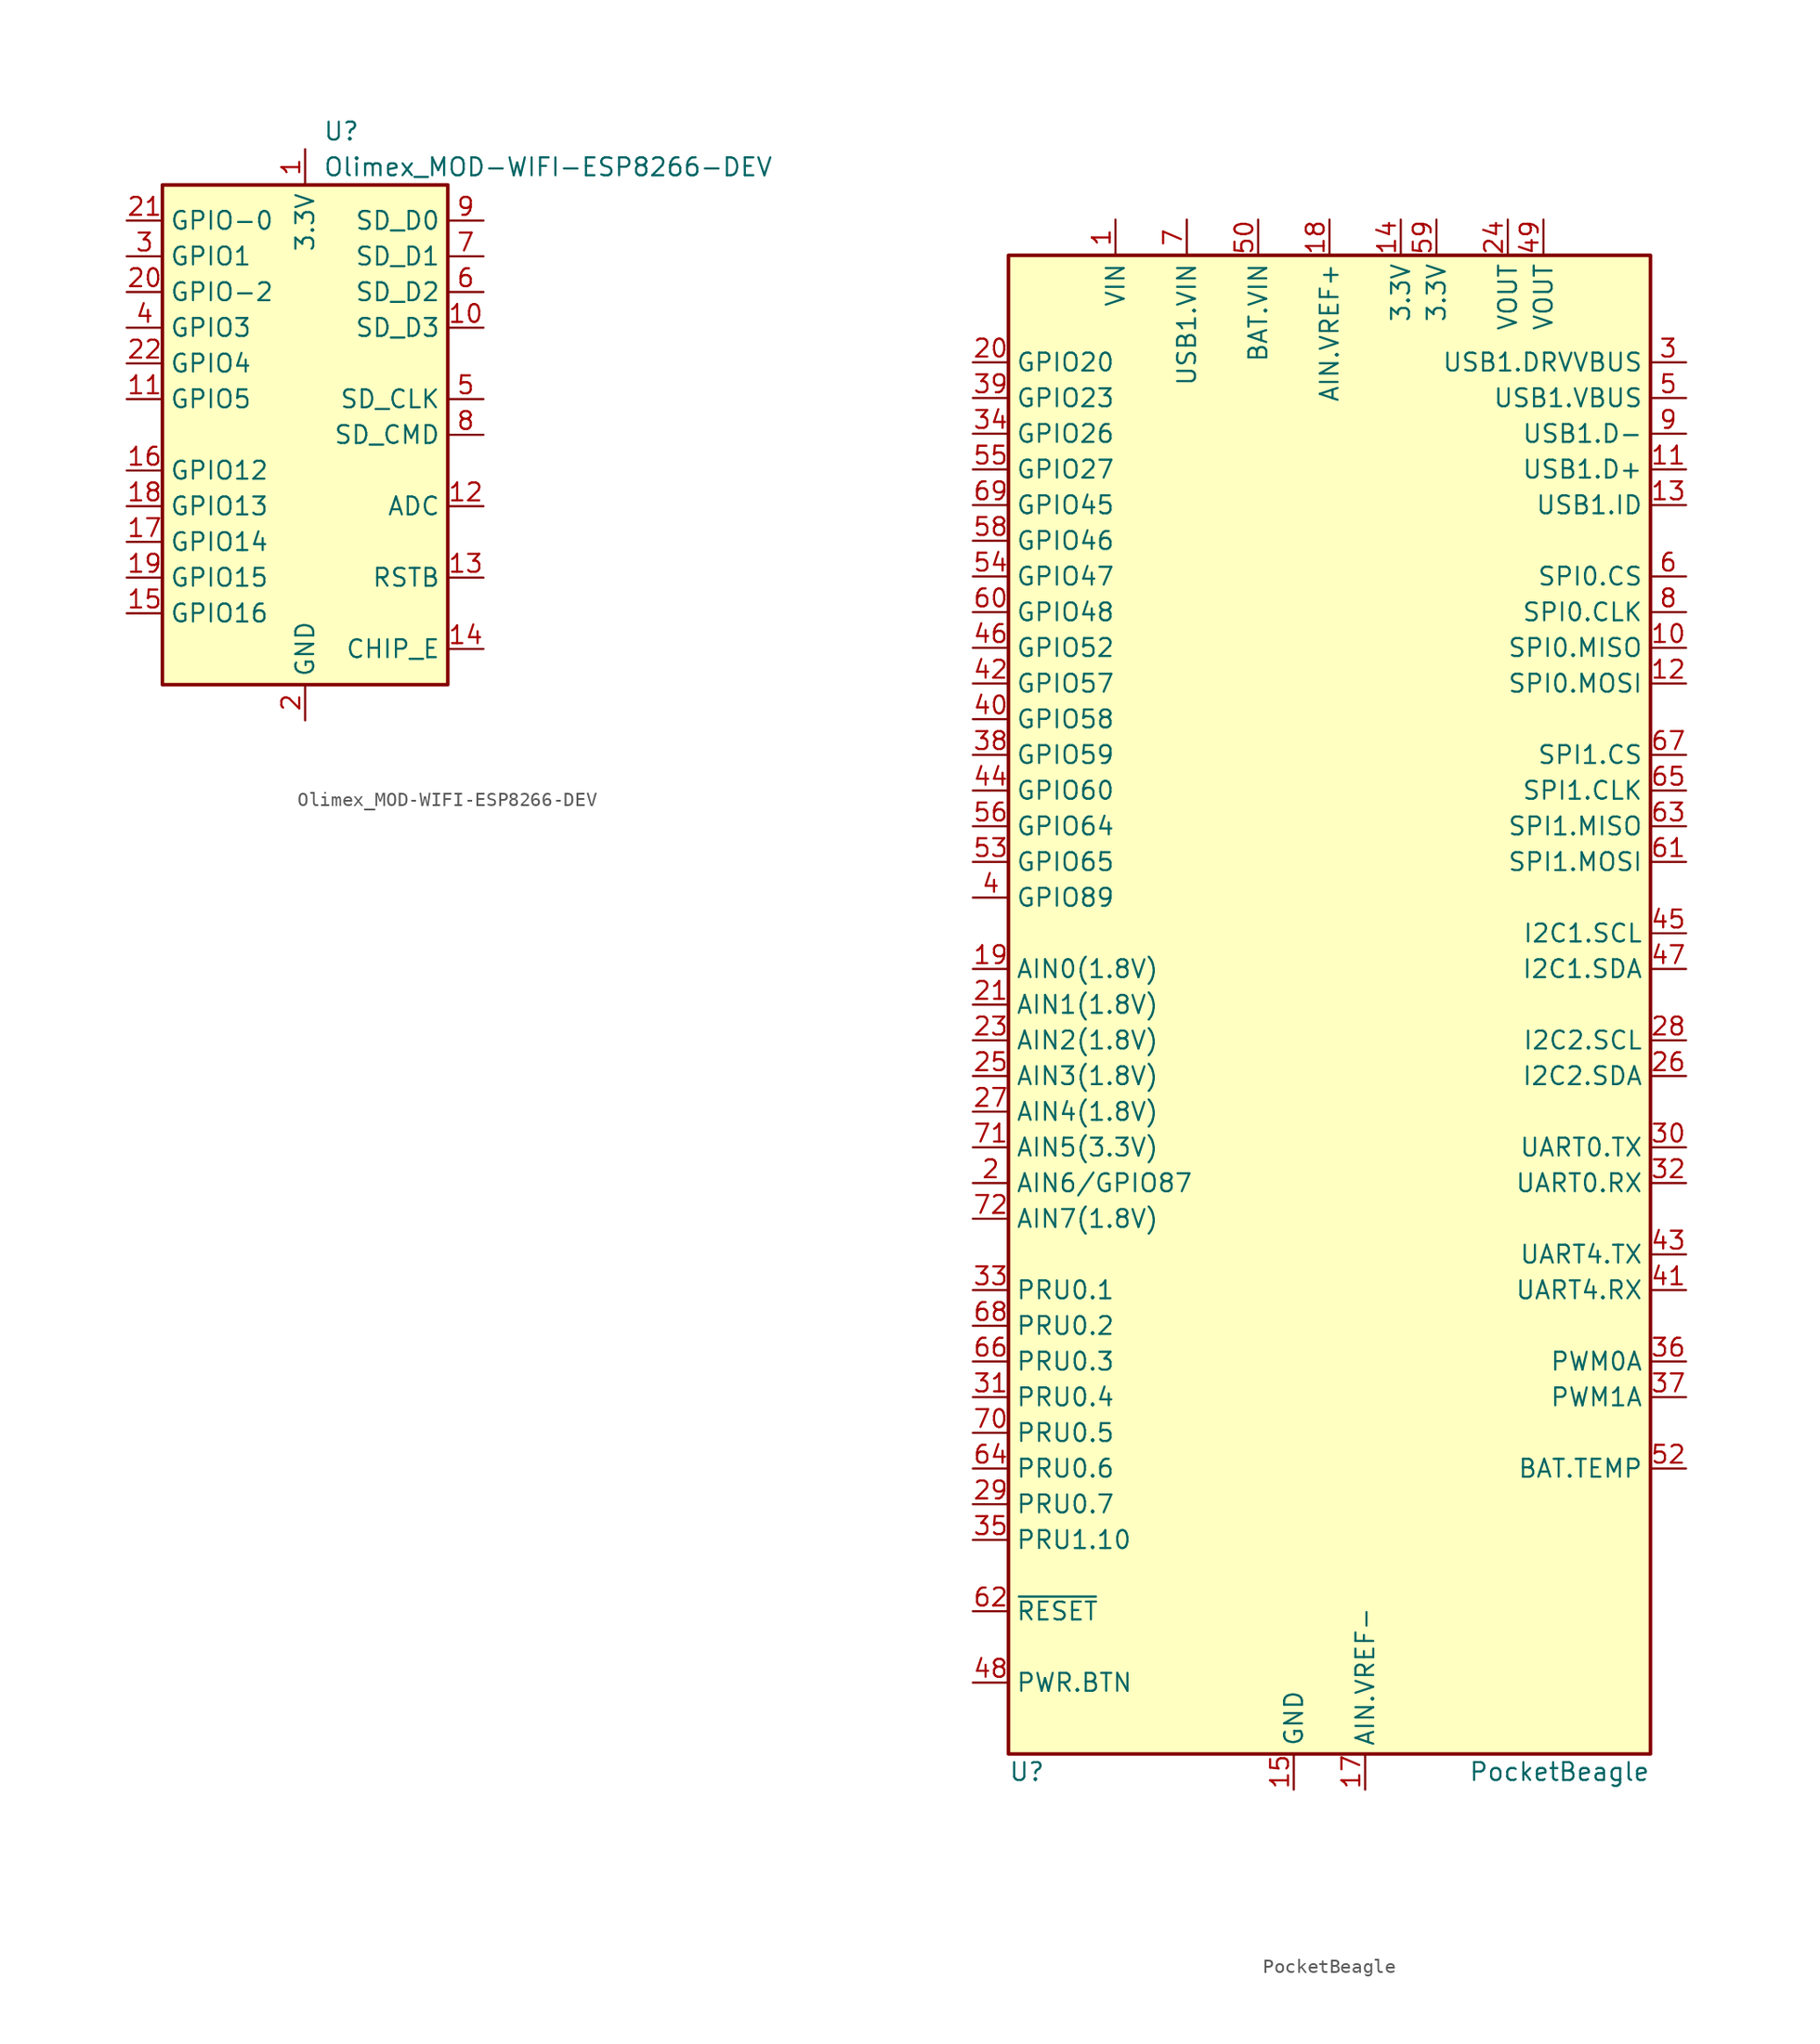
<source format=kicad_sym>
(kicad_symbol_lib
  (version 20241209)
  (generator "kicad_symbol_editor")
  (generator_version "9.0")
  (symbol "Olimex_MOD-WIFI-ESP8266-DEV"
    (property "Reference" "U"
      (at 1.27 21.59 0)
      (effects (font (size 1.27 1.27)) (justify left)))
    (property "Value" "Olimex_MOD-WIFI-ESP8266-DEV"
      (at 1.27 19.05 0)
      (effects (font (size 1.27 1.27)) (justify left)))
    (symbol "Olimex_MOD-WIFI-ESP8266-DEV_0_1"
      (rectangle (start -10.16 17.78) (end 10.16 -17.78) (stroke (width 0.254) (type default)) (fill (type background))))
    (symbol "Olimex_MOD-WIFI-ESP8266-DEV_1_1"
      (pin bidirectional line (at -12.7 15.24 0) (length 2.54) (name "GPIO-0" (effects (font (size 1.27 1.27)))) (number "21" (effects (font (size 1.27 1.27)))))
      (pin bidirectional line (at -12.7 12.7 0) (length 2.54) (name "GPIO1" (effects (font (size 1.27 1.27)))) (number "3" (effects (font (size 1.27 1.27)))))
      (pin bidirectional line (at -12.7 10.16 0) (length 2.54) (name "GPIO-2" (effects (font (size 1.27 1.27)))) (number "20" (effects (font (size 1.27 1.27)))))
      (pin bidirectional line (at -12.7 7.62 0) (length 2.54) (name "GPIO3" (effects (font (size 1.27 1.27)))) (number "4" (effects (font (size 1.27 1.27)))))
      (pin bidirectional line (at -12.7 5.08 0) (length 2.54) (name "GPIO4" (effects (font (size 1.27 1.27)))) (number "22" (effects (font (size 1.27 1.27)))))
      (pin bidirectional line (at -12.7 2.54 0) (length 2.54) (name "GPIO5" (effects (font (size 1.27 1.27)))) (number "11" (effects (font (size 1.27 1.27)))))
      (pin bidirectional line (at -12.7 -2.54 0) (length 2.54) (name "GPIO12" (effects (font (size 1.27 1.27)))) (number "16" (effects (font (size 1.27 1.27)))))
      (pin bidirectional line (at -12.7 -5.08 0) (length 2.54) (name "GPIO13" (effects (font (size 1.27 1.27)))) (number "18" (effects (font (size 1.27 1.27)))))
      (pin bidirectional line (at -12.7 -7.62 0) (length 2.54) (name "GPIO14" (effects (font (size 1.27 1.27)))) (number "17" (effects (font (size 1.27 1.27)))))
      (pin bidirectional line (at -12.7 -10.16 0) (length 2.54) (name "GPIO15" (effects (font (size 1.27 1.27)))) (number "19" (effects (font (size 1.27 1.27)))))
      (pin bidirectional line (at -12.7 -12.7 0) (length 2.54) (name "GPIO16" (effects (font (size 1.27 1.27)))) (number "15" (effects (font (size 1.27 1.27)))))
      (pin power_in line (at 0 20.32 270) (length 2.54) (name "3.3V" (effects (font (size 1.27 1.27)))) (number "1" (effects (font (size 1.27 1.27)))))
      (pin power_in line (at 0 -20.32 90) (length 2.54) (name "GND" (effects (font (size 1.27 1.27)))) (number "2" (effects (font (size 1.27 1.27)))))
      (pin unspecified line (at 12.7 15.24 180) (length 2.54) (name "SD_D0" (effects (font (size 1.27 1.27)))) (number "9" (effects (font (size 1.27 1.27)))))
      (pin unspecified line (at 12.7 12.7 180) (length 2.54) (name "SD_D1" (effects (font (size 1.27 1.27)))) (number "7" (effects (font (size 1.27 1.27)))))
      (pin unspecified line (at 12.7 10.16 180) (length 2.54) (name "SD_D2" (effects (font (size 1.27 1.27)))) (number "6" (effects (font (size 1.27 1.27)))))
      (pin unspecified line (at 12.7 7.62 180) (length 2.54) (name "SD_D3" (effects (font (size 1.27 1.27)))) (number "10" (effects (font (size 1.27 1.27)))))
      (pin unspecified line (at 12.7 2.54 180) (length 2.54) (name "SD_CLK" (effects (font (size 1.27 1.27)))) (number "5" (effects (font (size 1.27 1.27)))))
      (pin unspecified line (at 12.7 0 180) (length 2.54) (name "SD_CMD" (effects (font (size 1.27 1.27)))) (number "8" (effects (font (size 1.27 1.27)))))
      (pin unspecified line (at 12.7 -5.08 180) (length 2.54) (name "ADC" (effects (font (size 1.27 1.27)))) (number "12" (effects (font (size 1.27 1.27)))))
      (pin input line (at 12.7 -10.16 180) (length 2.54) (name "RSTB" (effects (font (size 1.27 1.27)))) (number "13" (effects (font (size 1.27 1.27)))))
      (pin unspecified line (at 12.7 -15.24 180) (length 2.54) (name "CHIP_E" (effects (font (size 1.27 1.27)))) (number "14" (effects (font (size 1.27 1.27)))))))
  (symbol "PocketBeagle"
    (property "Reference" "U"
      (at -22.86 -54.61 0)
      (effects (font (size 1.27 1.27)) (justify left)))
    (property "Value" "PocketBeagle"
      (at 22.86 -54.61 0)
      (effects (font (size 1.27 1.27)) (justify right)))
    (symbol "PocketBeagle_0_1"
      (rectangle (start -22.86 53.34) (end 22.86 -53.34) (stroke (width 0.254) (type default)) (fill (type background))))
    (symbol "PocketBeagle_1_1"
      (pin bidirectional line (at -25.4 45.72 0) (length 2.54) (name "GPIO20" (effects (font (size 1.27 1.27)))) (number "20" (effects (font (size 1.27 1.27)))))
      (pin bidirectional line (at -25.4 43.18 0) (length 2.54) (name "GPIO23" (effects (font (size 1.27 1.27)))) (number "39" (effects (font (size 1.27 1.27)))))
      (pin bidirectional line (at -25.4 40.64 0) (length 2.54) (name "GPIO26" (effects (font (size 1.27 1.27)))) (number "34" (effects (font (size 1.27 1.27)))))
      (pin bidirectional line (at -25.4 38.1 0) (length 2.54) (name "GPIO27" (effects (font (size 1.27 1.27)))) (number "55" (effects (font (size 1.27 1.27)))))
      (pin bidirectional line (at -25.4 35.56 0) (length 2.54) (name "GPIO45" (effects (font (size 1.27 1.27)))) (number "69" (effects (font (size 1.27 1.27)))))
      (pin bidirectional line (at -25.4 33.02 0) (length 2.54) (name "GPIO46" (effects (font (size 1.27 1.27)))) (number "58" (effects (font (size 1.27 1.27)))))
      (pin bidirectional line (at -25.4 30.48 0) (length 2.54) (name "GPIO47" (effects (font (size 1.27 1.27)))) (number "54" (effects (font (size 1.27 1.27)))))
      (pin bidirectional line (at -25.4 27.94 0) (length 2.54) (name "GPIO48" (effects (font (size 1.27 1.27)))) (number "60" (effects (font (size 1.27 1.27)))))
      (pin bidirectional line (at -25.4 25.4 0) (length 2.54) (name "GPIO52" (effects (font (size 1.27 1.27)))) (number "46" (effects (font (size 1.27 1.27)))))
      (pin bidirectional line (at -25.4 22.86 0) (length 2.54) (name "GPIO57" (effects (font (size 1.27 1.27)))) (number "42" (effects (font (size 1.27 1.27)))))
      (pin bidirectional line (at -25.4 20.32 0) (length 2.54) (name "GPIO58" (effects (font (size 1.27 1.27)))) (number "40" (effects (font (size 1.27 1.27)))))
      (pin bidirectional line (at -25.4 17.78 0) (length 2.54) (name "GPIO59" (effects (font (size 1.27 1.27)))) (number "38" (effects (font (size 1.27 1.27)))))
      (pin bidirectional line (at -25.4 15.24 0) (length 2.54) (name "GPIO60" (effects (font (size 1.27 1.27)))) (number "44" (effects (font (size 1.27 1.27)))))
      (pin bidirectional line (at -25.4 12.7 0) (length 2.54) (name "GPIO64" (effects (font (size 1.27 1.27)))) (number "56" (effects (font (size 1.27 1.27)))))
      (pin bidirectional line (at -25.4 10.16 0) (length 2.54) (name "GPIO65" (effects (font (size 1.27 1.27)))) (number "53" (effects (font (size 1.27 1.27)))))
      (pin bidirectional line (at -25.4 7.62 0) (length 2.54) (name "GPIO89" (effects (font (size 1.27 1.27)))) (number "4" (effects (font (size 1.27 1.27)))))
      (pin input line (at -25.4 2.54 0) (length 2.54) (name "AIN0(1.8V)" (effects (font (size 1.27 1.27)))) (number "19" (effects (font (size 1.27 1.27)))))
      (pin input line (at -25.4 0 0) (length 2.54) (name "AIN1(1.8V)" (effects (font (size 1.27 1.27)))) (number "21" (effects (font (size 1.27 1.27)))))
      (pin input line (at -25.4 -2.54 0) (length 2.54) (name "AIN2(1.8V)" (effects (font (size 1.27 1.27)))) (number "23" (effects (font (size 1.27 1.27)))))
      (pin input line (at -25.4 -5.08 0) (length 2.54) (name "AIN3(1.8V)" (effects (font (size 1.27 1.27)))) (number "25" (effects (font (size 1.27 1.27)))))
      (pin input line (at -25.4 -7.62 0) (length 2.54) (name "AIN4(1.8V)" (effects (font (size 1.27 1.27)))) (number "27" (effects (font (size 1.27 1.27)))))
      (pin input line (at -25.4 -10.16 0) (length 2.54) (name "AIN5(3.3V)" (effects (font (size 1.27 1.27)))) (number "71" (effects (font (size 1.27 1.27)))))
      (pin bidirectional line (at -25.4 -12.7 0) (length 2.54) (name "AIN6/GPIO87" (effects (font (size 1.27 1.27)))) (number "2" (effects (font (size 1.27 1.27)))))
      (pin input line (at -25.4 -15.24 0) (length 2.54) (name "AIN7(1.8V)" (effects (font (size 1.27 1.27)))) (number "72" (effects (font (size 1.27 1.27)))))
      (pin bidirectional line (at -25.4 -20.32 0) (length 2.54) (name "PRU0.1" (effects (font (size 1.27 1.27)))) (number "33" (effects (font (size 1.27 1.27)))))
      (pin bidirectional line (at -25.4 -22.86 0) (length 2.54) (name "PRU0.2" (effects (font (size 1.27 1.27)))) (number "68" (effects (font (size 1.27 1.27)))))
      (pin bidirectional line (at -25.4 -25.4 0) (length 2.54) (name "PRU0.3" (effects (font (size 1.27 1.27)))) (number "66" (effects (font (size 1.27 1.27)))))
      (pin bidirectional line (at -25.4 -27.94 0) (length 2.54) (name "PRU0.4" (effects (font (size 1.27 1.27)))) (number "31" (effects (font (size 1.27 1.27)))))
      (pin bidirectional line (at -25.4 -30.48 0) (length 2.54) (name "PRU0.5" (effects (font (size 1.27 1.27)))) (number "70" (effects (font (size 1.27 1.27)))))
      (pin bidirectional line (at -25.4 -33.02 0) (length 2.54) (name "PRU0.6" (effects (font (size 1.27 1.27)))) (number "64" (effects (font (size 1.27 1.27)))))
      (pin bidirectional line (at -25.4 -35.56 0) (length 2.54) (name "PRU0.7" (effects (font (size 1.27 1.27)))) (number "29" (effects (font (size 1.27 1.27)))))
      (pin bidirectional line (at -25.4 -38.1 0) (length 2.54) (name "PRU1.10" (effects (font (size 1.27 1.27)))) (number "35" (effects (font (size 1.27 1.27)))))
      (pin input line (at -25.4 -43.18 0) (length 2.54) (name "~{RESET}" (effects (font (size 1.27 1.27)))) (number "62" (effects (font (size 1.27 1.27)))))
      (pin input line (at -25.4 -48.26 0) (length 2.54) (name "PWR.BTN" (effects (font (size 1.27 1.27)))) (number "48" (effects (font (size 1.27 1.27)))))
      (pin power_in line (at -15.24 55.88 270) (length 2.54) (name "VIN" (effects (font (size 1.27 1.27)))) (number "1" (effects (font (size 1.27 1.27)))))
      (pin power_in line (at -10.16 55.88 270) (length 2.54) (name "USB1.VIN" (effects (font (size 1.27 1.27)))) (number "7" (effects (font (size 1.27 1.27)))))
      (pin power_in line (at -5.08 55.88 270) (length 2.54) (name "BAT.VIN" (effects (font (size 1.27 1.27)))) (number "50" (effects (font (size 1.27 1.27)))))
      (pin power_in line (at -2.54 -55.88 90) (length 2.54) (name "GND" (effects (font (size 1.27 1.27)))) (number "15" (effects (font (size 1.27 1.27)))))
      (pin passive line (at -2.54 -55.88 90) (length 2.54) (hide yes) (name "GND" (effects (font (size 1.27 1.27)))) (number "16" (effects (font (size 1.27 1.27)))))
      (pin passive line (at -2.54 -55.88 90) (length 2.54) (hide yes) (name "GND" (effects (font (size 1.27 1.27)))) (number "22" (effects (font (size 1.27 1.27)))))
      (pin passive line (at -2.54 -55.88 90) (length 2.54) (hide yes) (name "GND" (effects (font (size 1.27 1.27)))) (number "51" (effects (font (size 1.27 1.27)))))
      (pin passive line (at -2.54 -55.88 90) (length 2.54) (hide yes) (name "GND" (effects (font (size 1.27 1.27)))) (number "57" (effects (font (size 1.27 1.27)))))
      (pin power_in line (at 0 55.88 270) (length 2.54) (name "AIN.VREF+" (effects (font (size 1.27 1.27)))) (number "18" (effects (font (size 1.27 1.27)))))
      (pin power_in line (at 2.54 -55.88 90) (length 2.54) (name "AIN.VREF-" (effects (font (size 1.27 1.27)))) (number "17" (effects (font (size 1.27 1.27)))))
      (pin power_out line (at 5.08 55.88 270) (length 2.54) (name "3.3V" (effects (font (size 1.27 1.27)))) (number "14" (effects (font (size 1.27 1.27)))))
      (pin power_out line (at 7.62 55.88 270) (length 2.54) (name "3.3V" (effects (font (size 1.27 1.27)))) (number "59" (effects (font (size 1.27 1.27)))))
      (pin power_out line (at 12.7 55.88 270) (length 2.54) (name "VOUT" (effects (font (size 1.27 1.27)))) (number "24" (effects (font (size 1.27 1.27)))))
      (pin power_out line (at 15.24 55.88 270) (length 2.54) (name "VOUT" (effects (font (size 1.27 1.27)))) (number "49" (effects (font (size 1.27 1.27)))))
      (pin output line (at 25.4 45.72 180) (length 2.54) (name "USB1.DRVVBUS" (effects (font (size 1.27 1.27)))) (number "3" (effects (font (size 1.27 1.27)))))
      (pin input line (at 25.4 43.18 180) (length 2.54) (name "USB1.VBUS" (effects (font (size 1.27 1.27)))) (number "5" (effects (font (size 1.27 1.27)))))
      (pin bidirectional line (at 25.4 40.64 180) (length 2.54) (name "USB1.D-" (effects (font (size 1.27 1.27)))) (number "9" (effects (font (size 1.27 1.27)))))
      (pin bidirectional line (at 25.4 38.1 180) (length 2.54) (name "USB1.D+" (effects (font (size 1.27 1.27)))) (number "11" (effects (font (size 1.27 1.27)))))
      (pin input line (at 25.4 35.56 180) (length 2.54) (name "USB1.ID" (effects (font (size 1.27 1.27)))) (number "13" (effects (font (size 1.27 1.27)))))
      (pin bidirectional line (at 25.4 30.48 180) (length 2.54) (name "SPI0.CS" (effects (font (size 1.27 1.27)))) (number "6" (effects (font (size 1.27 1.27)))))
      (pin bidirectional line (at 25.4 27.94 180) (length 2.54) (name "SPI0.CLK" (effects (font (size 1.27 1.27)))) (number "8" (effects (font (size 1.27 1.27)))))
      (pin bidirectional line (at 25.4 25.4 180) (length 2.54) (name "SPI0.MISO" (effects (font (size 1.27 1.27)))) (number "10" (effects (font (size 1.27 1.27)))))
      (pin bidirectional line (at 25.4 22.86 180) (length 2.54) (name "SPI0.MOSI" (effects (font (size 1.27 1.27)))) (number "12" (effects (font (size 1.27 1.27)))))
      (pin bidirectional line (at 25.4 17.78 180) (length 2.54) (name "SPI1.CS" (effects (font (size 1.27 1.27)))) (number "67" (effects (font (size 1.27 1.27)))))
      (pin bidirectional line (at 25.4 15.24 180) (length 2.54) (name "SPI1.CLK" (effects (font (size 1.27 1.27)))) (number "65" (effects (font (size 1.27 1.27)))))
      (pin bidirectional line (at 25.4 12.7 180) (length 2.54) (name "SPI1.MISO" (effects (font (size 1.27 1.27)))) (number "63" (effects (font (size 1.27 1.27)))))
      (pin bidirectional line (at 25.4 10.16 180) (length 2.54) (name "SPI1.MOSI" (effects (font (size 1.27 1.27)))) (number "61" (effects (font (size 1.27 1.27)))))
      (pin bidirectional line (at 25.4 5.08 180) (length 2.54) (name "I2C1.SCL" (effects (font (size 1.27 1.27)))) (number "45" (effects (font (size 1.27 1.27)))))
      (pin bidirectional line (at 25.4 2.54 180) (length 2.54) (name "I2C1.SDA" (effects (font (size 1.27 1.27)))) (number "47" (effects (font (size 1.27 1.27)))))
      (pin bidirectional line (at 25.4 -2.54 180) (length 2.54) (name "I2C2.SCL" (effects (font (size 1.27 1.27)))) (number "28" (effects (font (size 1.27 1.27)))))
      (pin bidirectional line (at 25.4 -5.08 180) (length 2.54) (name "I2C2.SDA" (effects (font (size 1.27 1.27)))) (number "26" (effects (font (size 1.27 1.27)))))
      (pin bidirectional line (at 25.4 -10.16 180) (length 2.54) (name "UART0.TX" (effects (font (size 1.27 1.27)))) (number "30" (effects (font (size 1.27 1.27)))))
      (pin bidirectional line (at 25.4 -12.7 180) (length 2.54) (name "UART0.RX" (effects (font (size 1.27 1.27)))) (number "32" (effects (font (size 1.27 1.27)))))
      (pin bidirectional line (at 25.4 -17.78 180) (length 2.54) (name "UART4.TX" (effects (font (size 1.27 1.27)))) (number "43" (effects (font (size 1.27 1.27)))))
      (pin bidirectional line (at 25.4 -20.32 180) (length 2.54) (name "UART4.RX" (effects (font (size 1.27 1.27)))) (number "41" (effects (font (size 1.27 1.27)))))
      (pin bidirectional line (at 25.4 -25.4 180) (length 2.54) (name "PWM0A" (effects (font (size 1.27 1.27)))) (number "36" (effects (font (size 1.27 1.27)))))
      (pin bidirectional line (at 25.4 -27.94 180) (length 2.54) (name "PWM1A" (effects (font (size 1.27 1.27)))) (number "37" (effects (font (size 1.27 1.27)))))
      (pin passive line (at 25.4 -33.02 180) (length 2.54) (name "BAT.TEMP" (effects (font (size 1.27 1.27)))) (number "52" (effects (font (size 1.27 1.27))))))))
</source>
